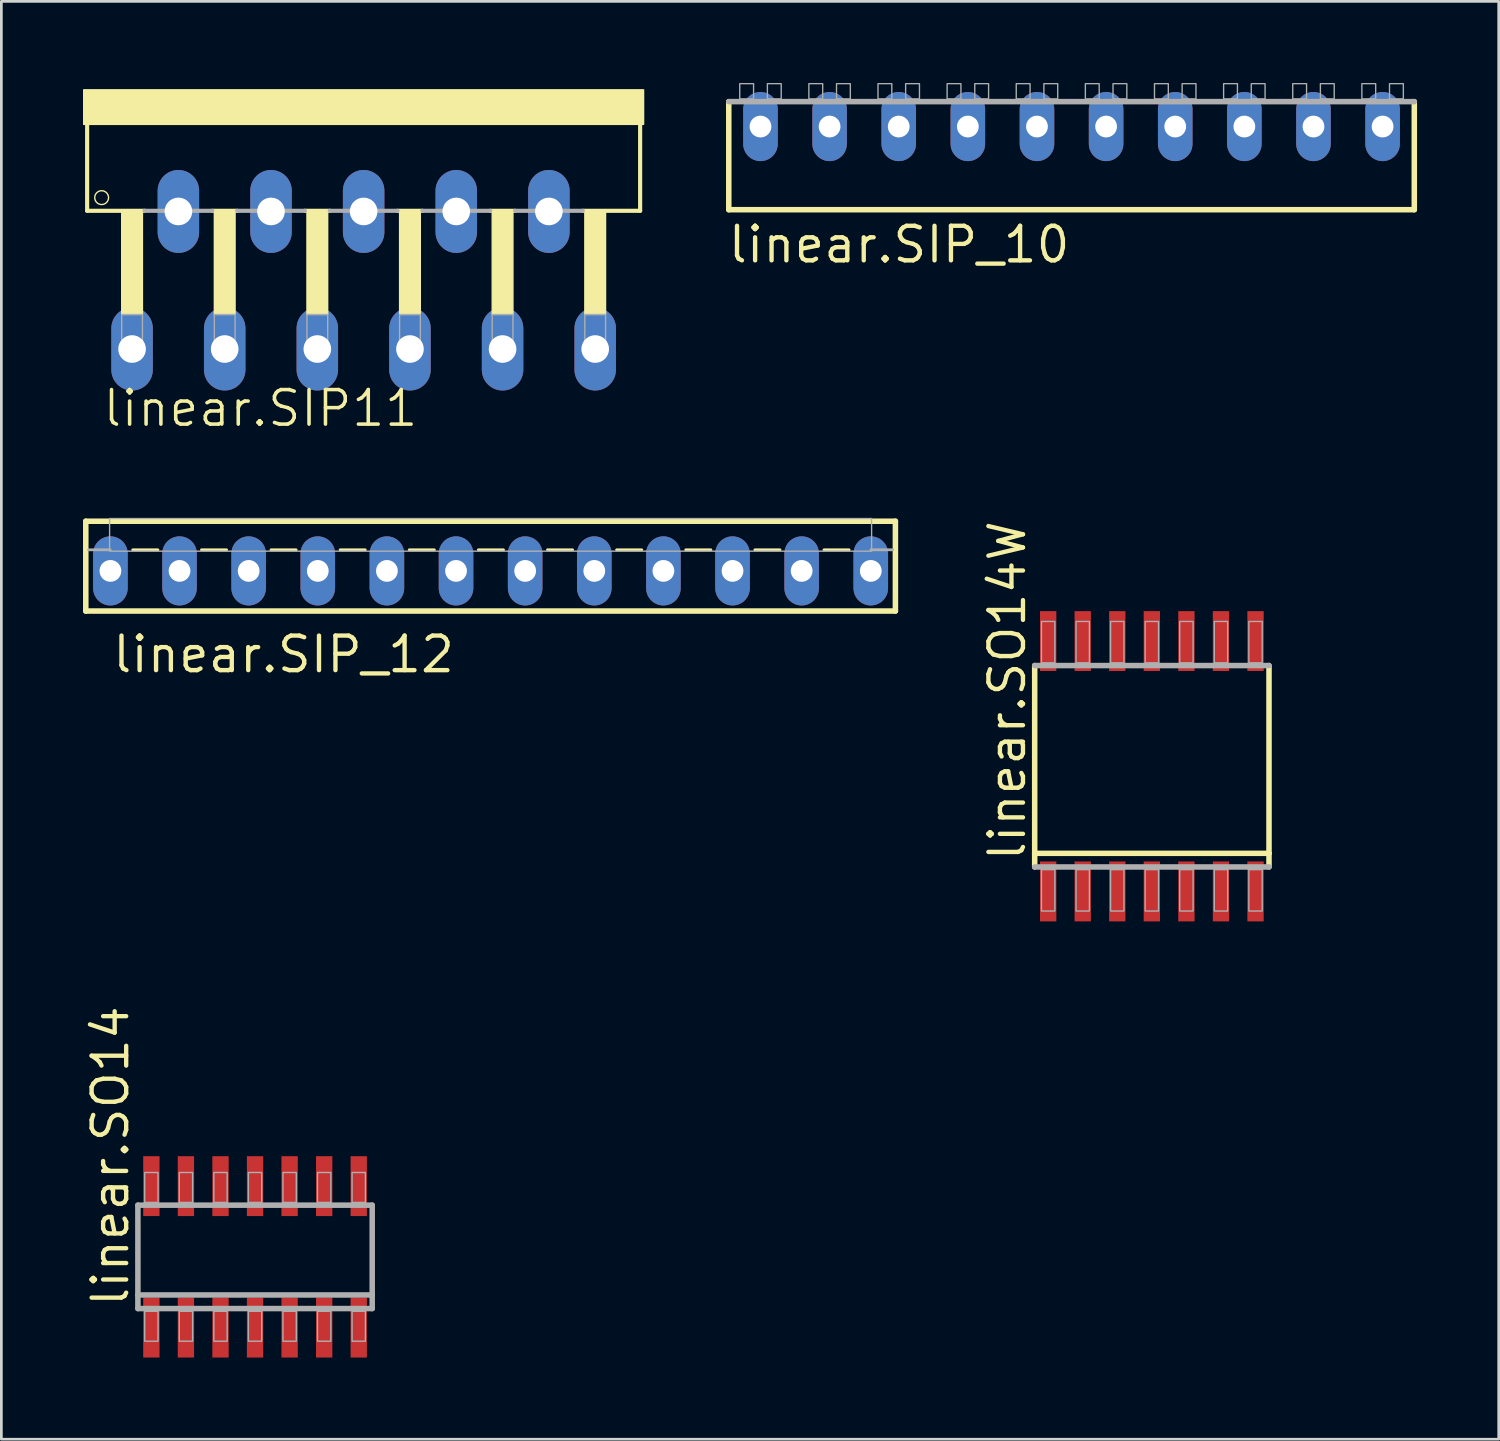
<source format=kicad_pcb>
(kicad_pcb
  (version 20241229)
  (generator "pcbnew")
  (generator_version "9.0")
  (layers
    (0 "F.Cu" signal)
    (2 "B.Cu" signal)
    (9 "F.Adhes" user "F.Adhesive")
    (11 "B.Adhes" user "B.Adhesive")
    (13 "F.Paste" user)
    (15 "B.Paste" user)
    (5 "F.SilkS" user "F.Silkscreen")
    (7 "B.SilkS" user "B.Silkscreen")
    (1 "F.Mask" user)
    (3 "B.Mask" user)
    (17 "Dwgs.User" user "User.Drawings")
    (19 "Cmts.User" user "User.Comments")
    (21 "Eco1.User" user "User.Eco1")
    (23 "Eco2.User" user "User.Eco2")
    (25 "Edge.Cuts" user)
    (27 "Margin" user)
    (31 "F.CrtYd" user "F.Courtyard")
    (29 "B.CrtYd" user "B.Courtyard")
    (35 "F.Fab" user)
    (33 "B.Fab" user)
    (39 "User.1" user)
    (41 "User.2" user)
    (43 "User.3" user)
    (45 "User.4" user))
  (footprint "linear.SIP_12"
    (layer "F.Cu")
    (at 14.977 17.928)
    (property "Reference" "linear.SIP_12" (at -13.97 3.81 0) (layer "F.SilkS") (effects (font (size 1.27 1.27) (thickness 0.16)) (justify left bottom)))
    (attr through_hole)
    (fp_line (start -14.875 -1.825) (end 14.875 -1.825) (stroke (width 0.203) (type default)) (layer "F.SilkS"))
    (fp_line (start -14.875 1.475) (end -14.875 -1.825) (stroke (width 0.203) (type default)) (layer "F.SilkS"))
    (fp_line (start -13.15 -0.775) (end -12.225 -0.775) (stroke (width 0.102) (type default)) (layer "F.SilkS"))
    (fp_line (start -10.625 -0.775) (end -9.7 -0.775) (stroke (width 0.102) (type default)) (layer "F.SilkS"))
    (fp_line (start -8.07 -0.775) (end -7.145 -0.775) (stroke (width 0.102) (type default)) (layer "F.SilkS"))
    (fp_line (start -5.53 -0.775) (end -4.605 -0.775) (stroke (width 0.102) (type default)) (layer "F.SilkS"))
    (fp_line (start -2.99 -0.775) (end -2.065 -0.775) (stroke (width 0.102) (type default)) (layer "F.SilkS"))
    (fp_line (start -0.45 -0.775) (end 0.475 -0.775) (stroke (width 0.102) (type default)) (layer "F.SilkS"))
    (fp_line (start 2.09 -0.775) (end 3.015 -0.775) (stroke (width 0.102) (type default)) (layer "F.SilkS"))
    (fp_line (start 4.63 -0.775) (end 5.555 -0.775) (stroke (width 0.102) (type default)) (layer "F.SilkS"))
    (fp_line (start 7.17 -0.775) (end 8.095 -0.775) (stroke (width 0.102) (type default)) (layer "F.SilkS"))
    (fp_line (start 9.71 -0.775) (end 10.635 -0.775) (stroke (width 0.102) (type default)) (layer "F.SilkS"))
    (fp_line (start 12.25 -0.775) (end 13.175 -0.775) (stroke (width 0.102) (type default)) (layer "F.SilkS"))
    (fp_line (start 14.875 -1.825) (end 14.875 1.475) (stroke (width 0.203) (type default)) (layer "F.SilkS"))
    (fp_line (start 14.875 1.475) (end -14.875 1.475) (stroke (width 0.203) (type default)) (layer "F.SilkS"))
    (fp_line (start -14.775 -0.775) (end -13.975 -0.775) (stroke (width 0.102) (type default)) (layer "F.Fab"))
    (fp_line (start 14.775 -0.775) (end 13.975 -0.775) (stroke (width 0.102) (type default)) (layer "F.Fab"))
    (fp_rect (start -14 -0.725) (end 14 -1.925) (stroke (width 0.05) (type default)) (fill no) (layer "F.Fab"))
    (pad "1" thru_hole oval (at -13.97 0 90) (size 2.54 1.27) (drill 0.8) (layers "*.Cu" "*.Mask"))
    (pad "2" thru_hole oval (at -11.43 0 90) (size 2.54 1.27) (drill 0.8) (layers "*.Cu" "*.Mask"))
    (pad "3" thru_hole oval (at -8.89 0 90) (size 2.54 1.27) (drill 0.8) (layers "*.Cu" "*.Mask"))
    (pad "4" thru_hole oval (at -6.35 0 90) (size 2.54 1.27) (drill 0.8) (layers "*.Cu" "*.Mask"))
    (pad "5" thru_hole oval (at -3.81 0 90) (size 2.54 1.27) (drill 0.8) (layers "*.Cu" "*.Mask"))
    (pad "6" thru_hole oval (at -1.27 0 90) (size 2.54 1.27) (drill 0.8) (layers "*.Cu" "*.Mask"))
    (pad "7" thru_hole oval (at 1.27 0 90) (size 2.54 1.27) (drill 0.8) (layers "*.Cu" "*.Mask"))
    (pad "8" thru_hole oval (at 3.81 0 90) (size 2.54 1.27) (drill 0.8) (layers "*.Cu" "*.Mask"))
    (pad "9" thru_hole oval (at 6.35 0 90) (size 2.54 1.27) (drill 0.8) (layers "*.Cu" "*.Mask"))
    (pad "10" thru_hole oval (at 8.89 0 90) (size 2.54 1.27) (drill 0.8) (layers "*.Cu" "*.Mask"))
    (pad "11" thru_hole oval (at 11.43 0 90) (size 2.54 1.27) (drill 0.8) (layers "*.Cu" "*.Mask"))
    (pad "12" thru_hole oval (at 13.97 0 90) (size 2.54 1.27) (drill 0.8) (layers "*.Cu" "*.Mask")))
  (footprint "linear.SO14"
    (layer "F.Cu")
    (at 6.322 43.134)
    (property "Reference" "linear.SO14" (at -4.572 1.905 90) (layer "F.SilkS") (effects (font (size 1.27 1.27) (thickness 0.16)) (justify left bottom)))
    (attr smd)
    (fp_line (start -4.305 -1.9) (end 4.305 -1.9) (stroke (width 0.203) (type default)) (layer "F.Fab"))
    (fp_line (start -4.305 1.4) (end -4.305 -1.9) (stroke (width 0.203) (type default)) (layer "F.Fab"))
    (fp_line (start -4.305 1.9) (end -4.305 1.4) (stroke (width 0.203) (type default)) (layer "F.Fab"))
    (fp_line (start 4.305 -1.9) (end 4.305 1.4) (stroke (width 0.203) (type default)) (layer "F.Fab"))
    (fp_line (start 4.305 1.4) (end -4.305 1.4) (stroke (width 0.203) (type default)) (layer "F.Fab"))
    (fp_line (start 4.305 1.4) (end 4.305 1.9) (stroke (width 0.203) (type default)) (layer "F.Fab"))
    (fp_line (start 4.305 1.9) (end -4.305 1.9) (stroke (width 0.203) (type default)) (layer "F.Fab"))
    (fp_rect (start -4.055 -2) (end -3.565 -3.1) (stroke (width 0.05) (type default)) (fill no) (layer "F.Fab"))
    (fp_rect (start -4.055 3.1) (end -3.565 2) (stroke (width 0.05) (type default)) (fill no) (layer "F.Fab"))
    (fp_rect (start -2.785 -2) (end -2.295 -3.1) (stroke (width 0.05) (type default)) (fill no) (layer "F.Fab"))
    (fp_rect (start -2.785 3.1) (end -2.295 2) (stroke (width 0.05) (type default)) (fill no) (layer "F.Fab"))
    (fp_rect (start -1.515 -2) (end -1.025 -3.1) (stroke (width 0.05) (type default)) (fill no) (layer "F.Fab"))
    (fp_rect (start -1.515 3.1) (end -1.025 2) (stroke (width 0.05) (type default)) (fill no) (layer "F.Fab"))
    (fp_rect (start -0.245 -2) (end 0.245 -3.1) (stroke (width 0.05) (type default)) (fill no) (layer "F.Fab"))
    (fp_rect (start -0.245 3.1) (end 0.245 2) (stroke (width 0.05) (type default)) (fill no) (layer "F.Fab"))
    (fp_rect (start 1.025 -2) (end 1.515 -3.1) (stroke (width 0.05) (type default)) (fill no) (layer "F.Fab"))
    (fp_rect (start 1.025 3.1) (end 1.515 2) (stroke (width 0.05) (type default)) (fill no) (layer "F.Fab"))
    (fp_rect (start 2.295 -2) (end 2.785 -3.1) (stroke (width 0.05) (type default)) (fill no) (layer "F.Fab"))
    (fp_rect (start 2.295 3.1) (end 2.785 2) (stroke (width 0.05) (type default)) (fill no) (layer "F.Fab"))
    (fp_rect (start 3.565 -2) (end 4.055 -3.1) (stroke (width 0.05) (type default)) (fill no) (layer "F.Fab"))
    (fp_rect (start 3.565 3.1) (end 4.055 2) (stroke (width 0.05) (type default)) (fill no) (layer "F.Fab"))
    (pad "1" smd roundrect (at -3.81 2.6) (size 0.6 2.2) (layers "F.Cu" "F.Mask" "F.Paste") (roundrect_rratio 0.01))
    (pad "2" smd roundrect (at -2.54 2.6) (size 0.6 2.2) (layers "F.Cu" "F.Mask" "F.Paste") (roundrect_rratio 0.01))
    (pad "3" smd roundrect (at -1.27 2.6) (size 0.6 2.2) (layers "F.Cu" "F.Mask" "F.Paste") (roundrect_rratio 0.01))
    (pad "4" smd roundrect (at 0 2.6) (size 0.6 2.2) (layers "F.Cu" "F.Mask" "F.Paste") (roundrect_rratio 0.01))
    (pad "5" smd roundrect (at 1.27 2.6) (size 0.6 2.2) (layers "F.Cu" "F.Mask" "F.Paste") (roundrect_rratio 0.01))
    (pad "6" smd roundrect (at 2.54 2.6) (size 0.6 2.2) (layers "F.Cu" "F.Mask" "F.Paste") (roundrect_rratio 0.01))
    (pad "7" smd roundrect (at 3.81 2.6) (size 0.6 2.2) (layers "F.Cu" "F.Mask" "F.Paste") (roundrect_rratio 0.01))
    (pad "8" smd roundrect (at 3.81 -2.6) (size 0.6 2.2) (layers "F.Cu" "F.Mask" "F.Paste") (roundrect_rratio 0.01))
    (pad "9" smd roundrect (at 2.54 -2.6) (size 0.6 2.2) (layers "F.Cu" "F.Mask" "F.Paste") (roundrect_rratio 0.01))
    (pad "10" smd roundrect (at 1.27 -2.6) (size 0.6 2.2) (layers "F.Cu" "F.Mask" "F.Paste") (roundrect_rratio 0.01))
    (pad "11" smd roundrect (at 0 -2.6) (size 0.6 2.2) (layers "F.Cu" "F.Mask" "F.Paste") (roundrect_rratio 0.01))
    (pad "12" smd roundrect (at -1.27 -2.6) (size 0.6 2.2) (layers "F.Cu" "F.Mask" "F.Paste") (roundrect_rratio 0.01))
    (pad "13" smd roundrect (at -2.54 -2.6) (size 0.6 2.2) (layers "F.Cu" "F.Mask" "F.Paste") (roundrect_rratio 0.01))
    (pad "14" smd roundrect (at -3.81 -2.6) (size 0.6 2.2) (layers "F.Cu" "F.Mask" "F.Paste") (roundrect_rratio 0.01)))
  (footprint "linear.SIP_10"
    (layer "F.Cu")
    (at 36.324 1.6)
    (property "Reference" "linear.SIP_10" (at -12.7 5.08 0) (layer "F.SilkS") (effects (font (size 1.27 1.27) (thickness 0.16)) (justify left bottom)))
    (attr through_hole)
    (fp_line (start -12.595 3.055) (end -12.595 -0.915) (stroke (width 0.203) (type default)) (layer "F.SilkS"))
    (fp_line (start 12.595 -0.915) (end 12.595 3.055) (stroke (width 0.203) (type default)) (layer "F.SilkS"))
    (fp_line (start 12.595 3.055) (end -12.595 3.055) (stroke (width 0.203) (type default)) (layer "F.SilkS"))
    (fp_line (start -12.595 -0.915) (end 12.595 -0.915) (stroke (width 0.203) (type default)) (layer "F.Fab"))
    (fp_rect (start -12.192 -1.016) (end -11.684 -1.575) (stroke (width 0.05) (type default)) (fill no) (layer "F.Fab"))
    (fp_rect (start -11.176 -1.016) (end -10.668 -1.575) (stroke (width 0.05) (type default)) (fill no) (layer "F.Fab"))
    (fp_rect (start -9.652 -1.016) (end -9.144 -1.575) (stroke (width 0.05) (type default)) (fill no) (layer "F.Fab"))
    (fp_rect (start -8.636 -1.016) (end -8.128 -1.575) (stroke (width 0.05) (type default)) (fill no) (layer "F.Fab"))
    (fp_rect (start -7.112 -1.016) (end -6.604 -1.575) (stroke (width 0.05) (type default)) (fill no) (layer "F.Fab"))
    (fp_rect (start -6.096 -1.016) (end -5.588 -1.575) (stroke (width 0.05) (type default)) (fill no) (layer "F.Fab"))
    (fp_rect (start -4.572 -1.016) (end -4.064 -1.575) (stroke (width 0.05) (type default)) (fill no) (layer "F.Fab"))
    (fp_rect (start -3.556 -1.016) (end -3.048 -1.575) (stroke (width 0.05) (type default)) (fill no) (layer "F.Fab"))
    (fp_rect (start -2.032 -1.016) (end -1.524 -1.575) (stroke (width 0.05) (type default)) (fill no) (layer "F.Fab"))
    (fp_rect (start -1.016 -1.016) (end -0.508 -1.575) (stroke (width 0.05) (type default)) (fill no) (layer "F.Fab"))
    (fp_rect (start 0.508 -1.016) (end 1.016 -1.575) (stroke (width 0.05) (type default)) (fill no) (layer "F.Fab"))
    (fp_rect (start 1.524 -1.016) (end 2.032 -1.575) (stroke (width 0.05) (type default)) (fill no) (layer "F.Fab"))
    (fp_rect (start 3.048 -1.016) (end 3.556 -1.575) (stroke (width 0.05) (type default)) (fill no) (layer "F.Fab"))
    (fp_rect (start 4.064 -1.016) (end 4.572 -1.575) (stroke (width 0.05) (type default)) (fill no) (layer "F.Fab"))
    (fp_rect (start 5.588 -1.016) (end 6.096 -1.575) (stroke (width 0.05) (type default)) (fill no) (layer "F.Fab"))
    (fp_rect (start 6.604 -1.016) (end 7.112 -1.575) (stroke (width 0.05) (type default)) (fill no) (layer "F.Fab"))
    (fp_rect (start 8.128 -1.016) (end 8.636 -1.575) (stroke (width 0.05) (type default)) (fill no) (layer "F.Fab"))
    (fp_rect (start 9.144 -1.016) (end 9.652 -1.575) (stroke (width 0.05) (type default)) (fill no) (layer "F.Fab"))
    (fp_rect (start 10.668 -1.016) (end 11.176 -1.575) (stroke (width 0.05) (type default)) (fill no) (layer "F.Fab"))
    (fp_rect (start 11.684 -1.016) (end 12.192 -1.575) (stroke (width 0.05) (type default)) (fill no) (layer "F.Fab"))
    (pad "1" thru_hole oval (at -11.43 0 90) (size 2.54 1.27) (drill 0.8) (layers "*.Cu" "*.Mask"))
    (pad "2" thru_hole oval (at -8.89 0 90) (size 2.54 1.27) (drill 0.8) (layers "*.Cu" "*.Mask"))
    (pad "3" thru_hole oval (at -6.35 0 90) (size 2.54 1.27) (drill 0.8) (layers "*.Cu" "*.Mask"))
    (pad "4" thru_hole oval (at -3.81 0 90) (size 2.54 1.27) (drill 0.8) (layers "*.Cu" "*.Mask"))
    (pad "5" thru_hole oval (at -1.27 0 90) (size 2.54 1.27) (drill 0.8) (layers "*.Cu" "*.Mask"))
    (pad "6" thru_hole oval (at 1.27 0 90) (size 2.54 1.27) (drill 0.8) (layers "*.Cu" "*.Mask"))
    (pad "7" thru_hole oval (at 3.81 0 90) (size 2.54 1.27) (drill 0.8) (layers "*.Cu" "*.Mask"))
    (pad "8" thru_hole oval (at 6.35 0 90) (size 2.54 1.27) (drill 0.8) (layers "*.Cu" "*.Mask"))
    (pad "9" thru_hole oval (at 8.89 0 90) (size 2.54 1.27) (drill 0.8) (layers "*.Cu" "*.Mask"))
    (pad "10" thru_hole oval (at 11.43 0 90) (size 2.54 1.27) (drill 0.8) (layers "*.Cu" "*.Mask")))
  (footprint "linear.SIP11"
    (layer "F.Cu")
    (at 10.312 0.25)
    (property "Reference" "linear.SIP11" (at -9.652 12.446 0) (layer "F.SilkS") (effects (font (size 1.27 1.27) (thickness 0.13)) (justify left bottom)))
    (attr through_hole)
    (fp_line (start -10.16 1.27) (end -10.16 4.445) (stroke (width 0.152) (type default)) (layer "F.SilkS"))
    (fp_line (start -8.052 4.445) (end -10.16 4.445) (stroke (width 0.152) (type default)) (layer "F.SilkS"))
    (fp_line (start -5.563 4.445) (end -4.648 4.445) (stroke (width 0.152) (type default)) (layer "F.SilkS"))
    (fp_line (start -2.159 4.445) (end -1.245 4.445) (stroke (width 0.152) (type default)) (layer "F.SilkS"))
    (fp_line (start 1.245 4.445) (end 2.159 4.445) (stroke (width 0.152) (type default)) (layer "F.SilkS"))
    (fp_line (start 4.648 4.445) (end 5.563 4.445) (stroke (width 0.152) (type default)) (layer "F.SilkS"))
    (fp_line (start 8.052 4.445) (end 10.16 4.445) (stroke (width 0.152) (type default)) (layer "F.SilkS"))
    (fp_line (start 10.16 1.27) (end 10.16 4.445) (stroke (width 0.152) (type default)) (layer "F.SilkS"))
    (fp_rect (start -10.287 1.27) (end 10.287 0) (stroke (width 0.05) (type default)) (fill yes) (layer "F.SilkS"))
    (fp_rect (start -8.89 8.255) (end -8.128 4.445) (stroke (width 0.05) (type default)) (fill yes) (layer "F.SilkS"))
    (fp_rect (start -5.486 8.255) (end -4.724 4.445) (stroke (width 0.05) (type default)) (fill yes) (layer "F.SilkS"))
    (fp_rect (start -2.083 8.255) (end -1.321 4.445) (stroke (width 0.05) (type default)) (fill yes) (layer "F.SilkS"))
    (fp_rect (start 1.321 8.255) (end 2.083 4.445) (stroke (width 0.05) (type default)) (fill yes) (layer "F.SilkS"))
    (fp_rect (start 4.724 8.255) (end 5.486 4.445) (stroke (width 0.05) (type default)) (fill yes) (layer "F.SilkS"))
    (fp_rect (start 8.128 8.255) (end 8.89 4.445) (stroke (width 0.05) (type default)) (fill yes) (layer "F.SilkS"))
    (fp_circle (center -9.627 3.962) (end -9.373 3.962) (stroke (width 0.051) (type default)) (fill no) (layer "F.SilkS"))
    (fp_line (start -8.052 4.445) (end -5.563 4.445) (stroke (width 0.152) (type default)) (layer "F.Fab"))
    (fp_line (start -4.648 4.445) (end -2.159 4.445) (stroke (width 0.152) (type default)) (layer "F.Fab"))
    (fp_line (start -1.245 4.445) (end 1.245 4.445) (stroke (width 0.152) (type default)) (layer "F.Fab"))
    (fp_line (start 4.648 4.445) (end 2.159 4.445) (stroke (width 0.152) (type default)) (layer "F.Fab"))
    (fp_line (start 8.052 4.445) (end 5.563 4.445) (stroke (width 0.152) (type default)) (layer "F.Fab"))
    (fp_rect (start -8.89 9.652) (end -8.128 8.255) (stroke (width 0.05) (type default)) (fill no) (layer "F.Fab"))
    (fp_rect (start -5.486 9.652) (end -4.724 8.255) (stroke (width 0.05) (type default)) (fill no) (layer "F.Fab"))
    (fp_rect (start -2.083 9.652) (end -1.321 8.255) (stroke (width 0.05) (type default)) (fill no) (layer "F.Fab"))
    (fp_rect (start 1.321 9.652) (end 2.083 8.255) (stroke (width 0.05) (type default)) (fill no) (layer "F.Fab"))
    (fp_rect (start 4.724 9.652) (end 5.486 8.255) (stroke (width 0.05) (type default)) (fill no) (layer "F.Fab"))
    (fp_rect (start 8.128 9.652) (end 8.89 8.255) (stroke (width 0.05) (type default)) (fill no) (layer "F.Fab"))
    (pad "1" thru_hole oval (at -8.509 9.525 90) (size 3.048 1.524) (drill 1.016) (layers "*.Cu" "*.Mask"))
    (pad "2" thru_hole oval (at -6.807 4.47 90) (size 3.048 1.524) (drill 1.016) (layers "*.Cu" "*.Mask"))
    (pad "3" thru_hole oval (at -5.105 9.525 90) (size 3.048 1.524) (drill 1.016) (layers "*.Cu" "*.Mask"))
    (pad "4" thru_hole oval (at -3.404 4.47 90) (size 3.048 1.524) (drill 1.016) (layers "*.Cu" "*.Mask"))
    (pad "5" thru_hole oval (at -1.702 9.525 90) (size 3.048 1.524) (drill 1.016) (layers "*.Cu" "*.Mask"))
    (pad "6" thru_hole oval (at 0 4.47 90) (size 3.048 1.524) (drill 1.016) (layers "*.Cu" "*.Mask"))
    (pad "7" thru_hole oval (at 1.702 9.525 90) (size 3.048 1.524) (drill 1.016) (layers "*.Cu" "*.Mask"))
    (pad "8" thru_hole oval (at 3.404 4.47 90) (size 3.048 1.524) (drill 1.016) (layers "*.Cu" "*.Mask"))
    (pad "9" thru_hole oval (at 5.105 9.525 90) (size 3.048 1.524) (drill 1.016) (layers "*.Cu" "*.Mask"))
    (pad "10" thru_hole oval (at 6.807 4.47 90) (size 3.048 1.524) (drill 1.016) (layers "*.Cu" "*.Mask"))
    (pad "11" thru_hole oval (at 8.509 9.525 90) (size 3.048 1.524) (drill 1.016) (layers "*.Cu" "*.Mask")))
  (footprint "linear.SO14W"
    (layer "F.Cu")
    (at 39.275 25.106)
    (property "Reference" "linear.SO14W" (at -4.572 3.556 90) (layer "F.SilkS") (effects (font (size 1.27 1.27) (thickness 0.16)) (justify left bottom)))
    (attr smd)
    (fp_line (start -4.305 3.2) (end -4.305 -3.7) (stroke (width 0.203) (type default)) (layer "F.SilkS"))
    (fp_line (start -4.305 3.7) (end -4.305 3.2) (stroke (width 0.203) (type default)) (layer "F.SilkS"))
    (fp_line (start 4.305 -3.7) (end 4.305 3.2) (stroke (width 0.203) (type default)) (layer "F.SilkS"))
    (fp_line (start 4.305 3.2) (end -4.305 3.2) (stroke (width 0.203) (type default)) (layer "F.SilkS"))
    (fp_line (start 4.305 3.2) (end 4.305 3.7) (stroke (width 0.203) (type default)) (layer "F.SilkS"))
    (fp_line (start -4.305 -3.7) (end 4.305 -3.7) (stroke (width 0.203) (type default)) (layer "F.Fab"))
    (fp_line (start 4.305 3.7) (end -4.305 3.7) (stroke (width 0.203) (type default)) (layer "F.Fab"))
    (fp_rect (start -4.055 -3.8) (end -3.565 -5.32) (stroke (width 0.05) (type default)) (fill no) (layer "F.Fab"))
    (fp_rect (start -4.055 5.32) (end -3.565 3.8) (stroke (width 0.05) (type default)) (fill no) (layer "F.Fab"))
    (fp_rect (start -2.785 -3.8) (end -2.295 -5.32) (stroke (width 0.05) (type default)) (fill no) (layer "F.Fab"))
    (fp_rect (start -2.785 5.32) (end -2.295 3.8) (stroke (width 0.05) (type default)) (fill no) (layer "F.Fab"))
    (fp_rect (start -1.515 -3.8) (end -1.025 -5.32) (stroke (width 0.05) (type default)) (fill no) (layer "F.Fab"))
    (fp_rect (start -1.515 5.32) (end -1.025 3.8) (stroke (width 0.05) (type default)) (fill no) (layer "F.Fab"))
    (fp_rect (start -0.245 -3.8) (end 0.245 -5.32) (stroke (width 0.05) (type default)) (fill no) (layer "F.Fab"))
    (fp_rect (start -0.245 5.32) (end 0.245 3.8) (stroke (width 0.05) (type default)) (fill no) (layer "F.Fab"))
    (fp_rect (start 1.025 -3.8) (end 1.515 -5.32) (stroke (width 0.05) (type default)) (fill no) (layer "F.Fab"))
    (fp_rect (start 1.025 5.32) (end 1.515 3.8) (stroke (width 0.05) (type default)) (fill no) (layer "F.Fab"))
    (fp_rect (start 2.295 -3.8) (end 2.785 -5.32) (stroke (width 0.05) (type default)) (fill no) (layer "F.Fab"))
    (fp_rect (start 2.295 5.32) (end 2.785 3.8) (stroke (width 0.05) (type default)) (fill no) (layer "F.Fab"))
    (fp_rect (start 3.565 -3.8) (end 4.055 -5.32) (stroke (width 0.05) (type default)) (fill no) (layer "F.Fab"))
    (fp_rect (start 3.565 5.32) (end 4.055 3.8) (stroke (width 0.05) (type default)) (fill no) (layer "F.Fab"))
    (pad "1" smd roundrect (at -3.81 4.6) (size 0.6 2.2) (layers "F.Cu" "F.Mask" "F.Paste") (roundrect_rratio 0.01))
    (pad "2" smd roundrect (at -2.54 4.6) (size 0.6 2.2) (layers "F.Cu" "F.Mask" "F.Paste") (roundrect_rratio 0.01))
    (pad "3" smd roundrect (at -1.27 4.6) (size 0.6 2.2) (layers "F.Cu" "F.Mask" "F.Paste") (roundrect_rratio 0.01))
    (pad "4" smd roundrect (at 0 4.6) (size 0.6 2.2) (layers "F.Cu" "F.Mask" "F.Paste") (roundrect_rratio 0.01))
    (pad "5" smd roundrect (at 1.27 4.6) (size 0.6 2.2) (layers "F.Cu" "F.Mask" "F.Paste") (roundrect_rratio 0.01))
    (pad "6" smd roundrect (at 2.54 4.6) (size 0.6 2.2) (layers "F.Cu" "F.Mask" "F.Paste") (roundrect_rratio 0.01))
    (pad "7" smd roundrect (at 3.81 4.6) (size 0.6 2.2) (layers "F.Cu" "F.Mask" "F.Paste") (roundrect_rratio 0.01))
    (pad "8" smd roundrect (at 3.81 -4.6) (size 0.6 2.2) (layers "F.Cu" "F.Mask" "F.Paste") (roundrect_rratio 0.01))
    (pad "9" smd roundrect (at 2.54 -4.6) (size 0.6 2.2) (layers "F.Cu" "F.Mask" "F.Paste") (roundrect_rratio 0.01))
    (pad "10" smd roundrect (at 1.27 -4.6) (size 0.6 2.2) (layers "F.Cu" "F.Mask" "F.Paste") (roundrect_rratio 0.01))
    (pad "11" smd roundrect (at 0 -4.6) (size 0.6 2.2) (layers "F.Cu" "F.Mask" "F.Paste") (roundrect_rratio 0.01))
    (pad "12" smd roundrect (at -1.27 -4.6) (size 0.6 2.2) (layers "F.Cu" "F.Mask" "F.Paste") (roundrect_rratio 0.01))
    (pad "13" smd roundrect (at -2.54 -4.6) (size 0.6 2.2) (layers "F.Cu" "F.Mask" "F.Paste") (roundrect_rratio 0.01))
    (pad "14" smd roundrect (at -3.81 -4.6) (size 0.6 2.2) (layers "F.Cu" "F.Mask" "F.Paste") (roundrect_rratio 0.01)))
  (gr_rect
    (start -3 -3)
    (end 52.021 49.834)
    (stroke (width 0.1) (type default))
    (fill no)
    (layer "Edge.Cuts")))
</source>
